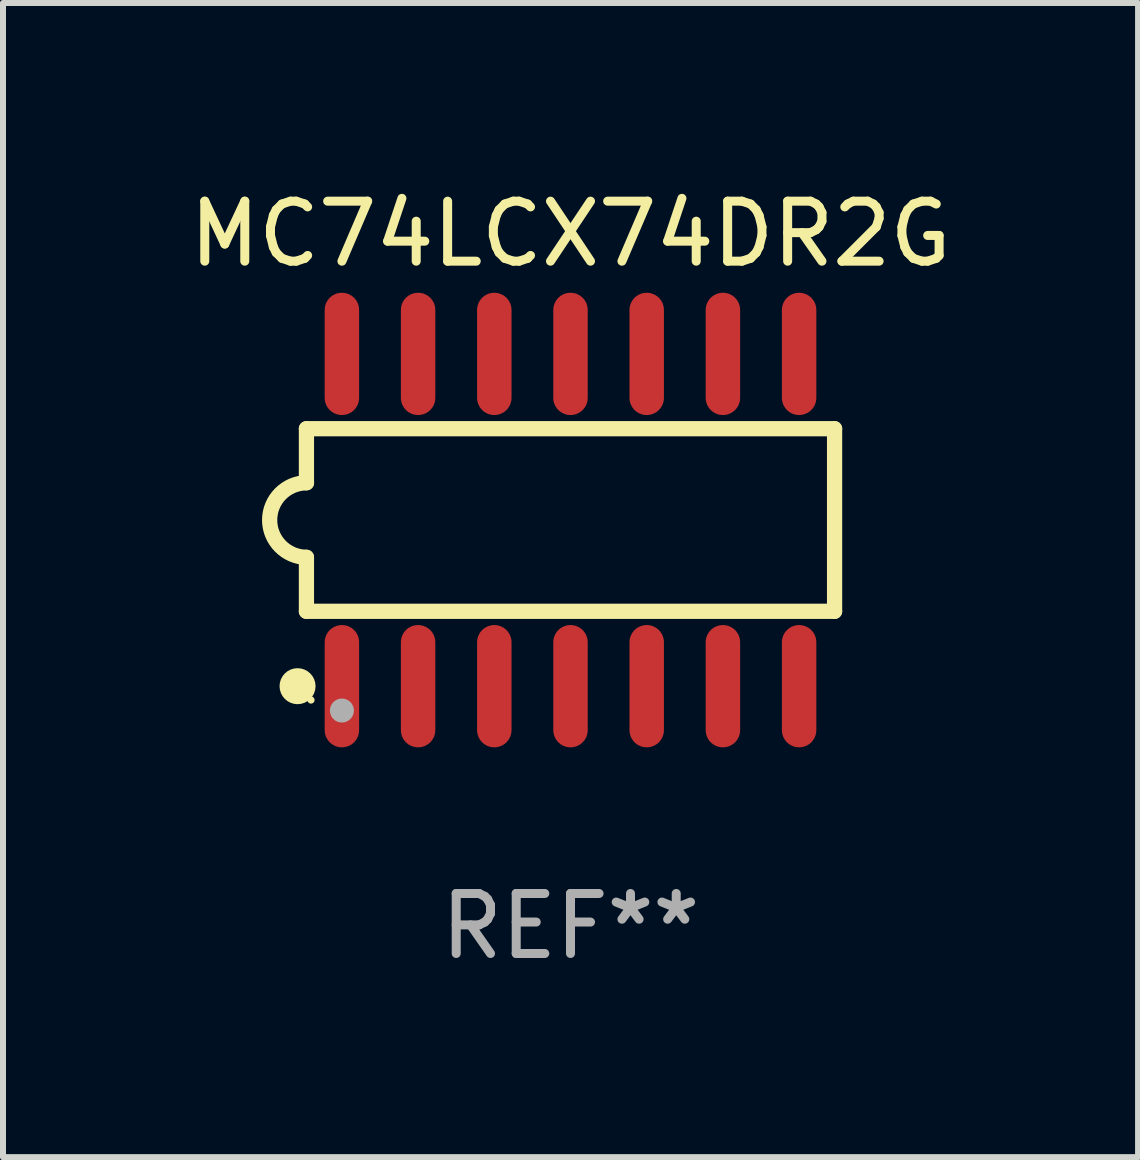
<source format=kicad_pcb>
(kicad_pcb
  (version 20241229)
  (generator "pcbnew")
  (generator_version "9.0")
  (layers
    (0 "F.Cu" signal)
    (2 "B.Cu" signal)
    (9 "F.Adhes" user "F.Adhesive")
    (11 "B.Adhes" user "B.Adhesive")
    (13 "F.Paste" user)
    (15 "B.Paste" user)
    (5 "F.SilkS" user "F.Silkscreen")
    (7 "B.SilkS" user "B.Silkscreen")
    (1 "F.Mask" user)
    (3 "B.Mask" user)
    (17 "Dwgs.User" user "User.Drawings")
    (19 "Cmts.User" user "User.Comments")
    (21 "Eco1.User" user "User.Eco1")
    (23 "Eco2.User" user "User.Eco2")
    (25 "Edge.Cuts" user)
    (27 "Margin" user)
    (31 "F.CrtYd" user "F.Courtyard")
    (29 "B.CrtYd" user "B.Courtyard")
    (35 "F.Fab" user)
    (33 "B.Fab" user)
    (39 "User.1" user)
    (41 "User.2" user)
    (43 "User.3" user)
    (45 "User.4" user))
  (footprint "MC74LCX74DR2G"
    (layer "F.Cu")
    (at 6.458 5.617)
    (property "Reference" "MC74LCX74DR2G" (at 0 -4.769 0) (layer "F.SilkS") (effects (font (size 1 1) (thickness 0.15))))
    (attr through_hole)
    (fp_line (start -4.401 -1.522) (end -4.401 -0.622) (stroke (width 0.254) (type solid)) (layer "F.SilkS"))
    (fp_line (start -4.401 -1.522) (end 4.401 -1.522) (stroke (width 0.254) (type solid)) (layer "F.SilkS"))
    (fp_line (start -4.401 1.521) (end -4.401 0.621) (stroke (width 0.254) (type solid)) (layer "F.SilkS"))
    (fp_line (start 4.401 -1.522) (end 4.401 1.521) (stroke (width 0.254) (type solid)) (layer "F.SilkS"))
    (fp_line (start 4.401 1.521) (end -4.401 1.521) (stroke (width 0.254) (type solid)) (layer "F.SilkS"))
    (fp_arc (start -4.401219 0.621311) (mid -5.021261 -0.000419) (end -4.400101 -0.621032) (stroke (width 0.254001) (type solid)) (layer "F.SilkS"))
    (fp_circle (center -4.549 2.769) (end -4.399 2.769) (stroke (width 0.3) (type solid)) (fill no) (layer "F.SilkS"))
    (fp_circle (center -4.325 3) (end -4.295 3) (stroke (width 0.06) (type solid)) (fill no) (layer "F.SilkS"))
    (fp_circle (center -3.81 3.175) (end -3.71 3.175) (stroke (width 0.2) (type solid)) (fill no) (layer "F.Fab"))
    (fp_text user "REF**" (at 0 6.769 0) (layer "F.Fab") (effects (font (size 1 1) (thickness 0.15))))
    (pad "1" smd oval (at -3.81 2.769) (size 0.574 2.038) (layers "F.Cu" "F.Mask" "F.Paste"))
    (pad "2" smd oval (at -2.54 2.769) (size 0.574 2.038) (layers "F.Cu" "F.Mask" "F.Paste"))
    (pad "3" smd oval (at -1.27 2.769) (size 0.574 2.038) (layers "F.Cu" "F.Mask" "F.Paste"))
    (pad "4" smd oval (at -0.000051 2.769) (size 0.574 2.038) (layers "F.Cu" "F.Mask" "F.Paste"))
    (pad "5" smd oval (at 1.27 2.769) (size 0.574 2.038) (layers "F.Cu" "F.Mask" "F.Paste"))
    (pad "6" smd oval (at 2.54 2.769) (size 0.574 2.038) (layers "F.Cu" "F.Mask" "F.Paste"))
    (pad "7" smd oval (at 3.81 2.769) (size 0.574 2.038) (layers "F.Cu" "F.Mask" "F.Paste"))
    (pad "8" smd oval (at 3.81 -2.769) (size 0.574 2.038) (layers "F.Cu" "F.Mask" "F.Paste"))
    (pad "9" smd oval (at 2.54 -2.769) (size 0.574 2.038) (layers "F.Cu" "F.Mask" "F.Paste"))
    (pad "10" smd oval (at 1.27 -2.769) (size 0.574 2.038) (layers "F.Cu" "F.Mask" "F.Paste"))
    (pad "11" smd oval (at -0.000051 -2.769) (size 0.574 2.038) (layers "F.Cu" "F.Mask" "F.Paste"))
    (pad "12" smd oval (at -1.27 -2.769) (size 0.574 2.038) (layers "F.Cu" "F.Mask" "F.Paste"))
    (pad "13" smd oval (at -2.54 -2.769) (size 0.574 2.038) (layers "F.Cu" "F.Mask" "F.Paste"))
    (pad "14" smd oval (at -3.81 -2.769) (size 0.574 2.038) (layers "F.Cu" "F.Mask" "F.Paste")))
  (gr_rect
    (start -3 -3)
    (end 15.917 16.235)
    (stroke (width 0.1) (type default))
    (fill no)
    (layer "Edge.Cuts")))
</source>
